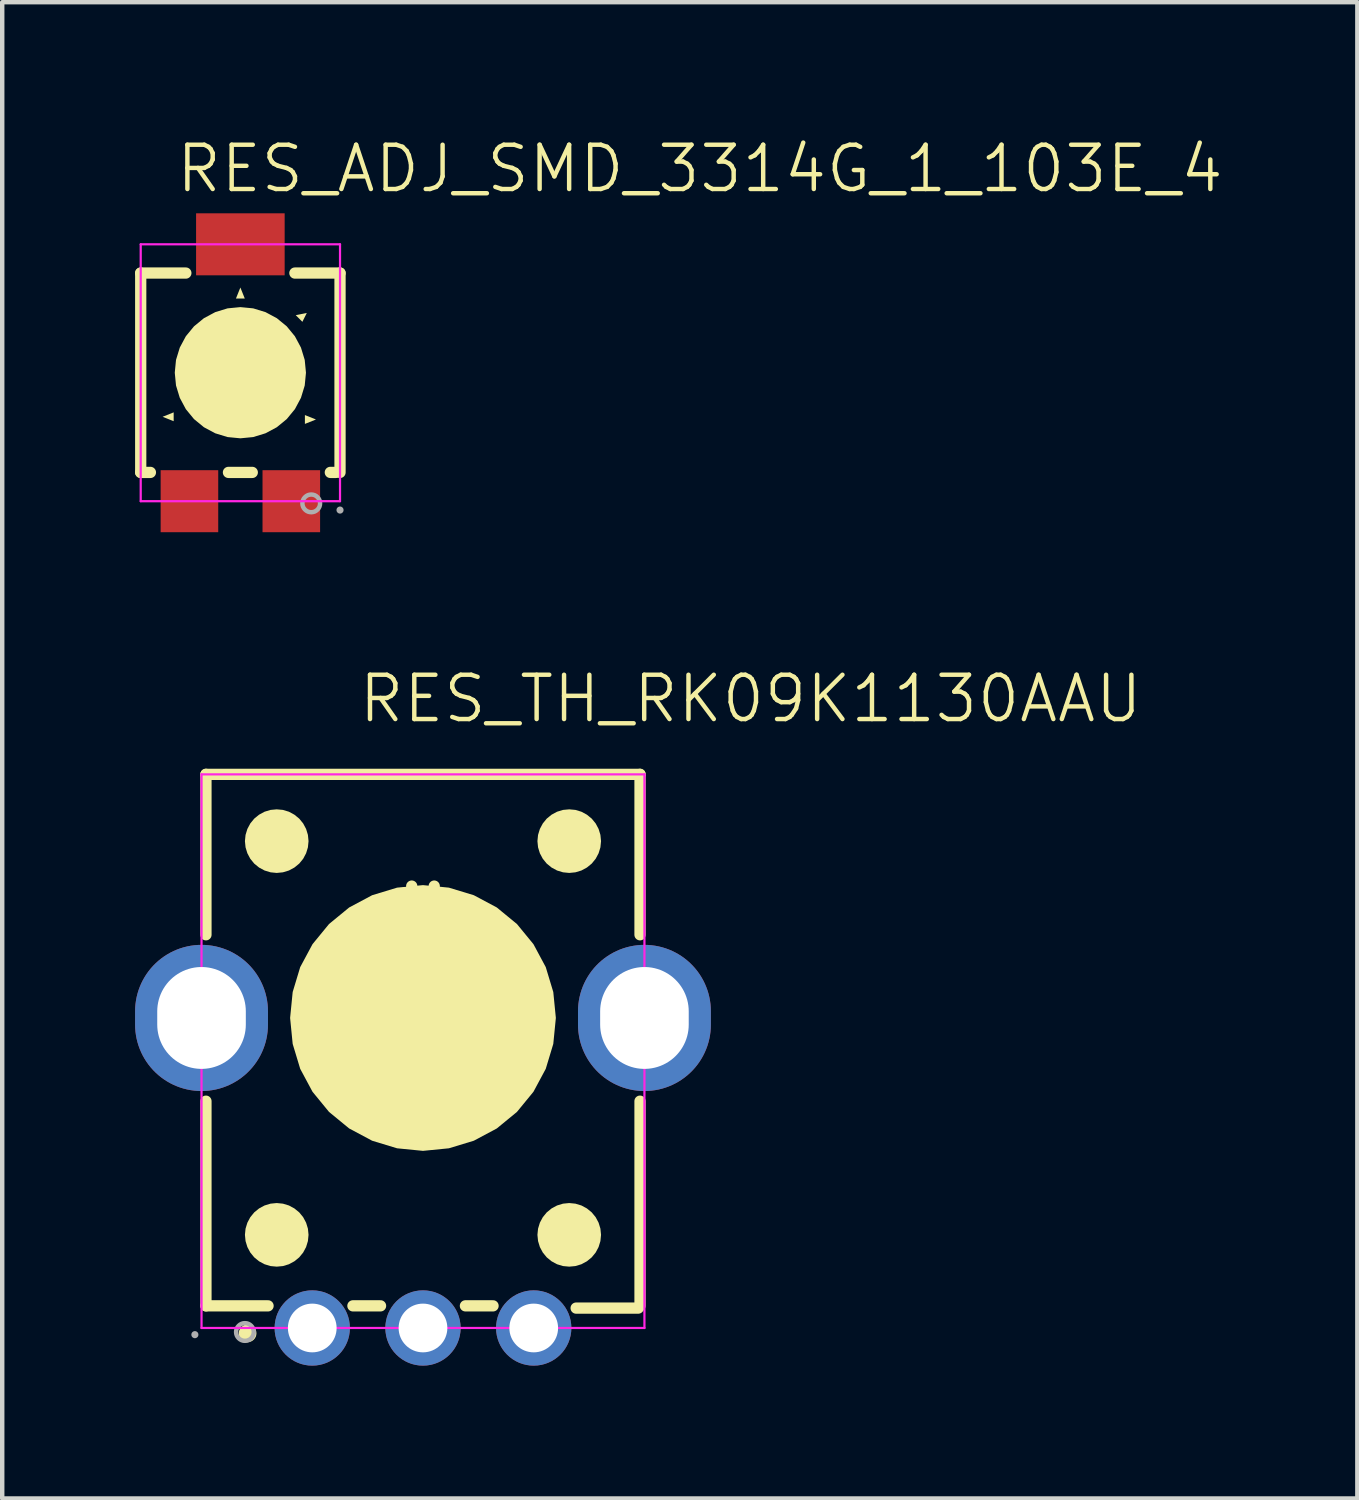
<source format=kicad_pcb>
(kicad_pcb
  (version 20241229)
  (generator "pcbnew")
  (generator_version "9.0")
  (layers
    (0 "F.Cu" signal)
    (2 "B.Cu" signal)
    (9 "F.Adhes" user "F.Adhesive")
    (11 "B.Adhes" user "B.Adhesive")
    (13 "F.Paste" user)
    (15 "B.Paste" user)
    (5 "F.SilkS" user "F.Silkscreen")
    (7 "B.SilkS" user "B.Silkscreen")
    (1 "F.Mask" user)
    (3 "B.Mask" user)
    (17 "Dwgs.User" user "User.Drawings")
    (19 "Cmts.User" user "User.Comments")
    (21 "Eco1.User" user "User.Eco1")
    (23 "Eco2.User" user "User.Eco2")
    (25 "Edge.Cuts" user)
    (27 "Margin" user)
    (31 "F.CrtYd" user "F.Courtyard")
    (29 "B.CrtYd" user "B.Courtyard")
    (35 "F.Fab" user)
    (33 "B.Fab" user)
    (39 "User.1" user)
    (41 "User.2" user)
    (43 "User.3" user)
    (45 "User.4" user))
  (footprint "RES_ADJ_SMD_3314G_1_103E_4"
    (layer "F.Cu")
    (at 2.377 5.366)
    (property "Reference" "RES_ADJ_SMD_3314G_1_103E_4" (at -1.5 -4.606 0) (layer "F.SilkS") (effects (font (size 1 1) (thickness 0.1)) (justify left)))
    (fp_line (start -2.25 -2.251) (end -2.25 2.25) (stroke (width 0.254) (type solid)) (layer "F.SilkS"))
    (fp_line (start -2.25 2.25) (end -2.031 2.25) (stroke (width 0.254) (type solid)) (layer "F.SilkS"))
    (fp_line (start -1.231 -2.251) (end -2.25 -2.251) (stroke (width 0.254) (type solid)) (layer "F.SilkS"))
    (fp_line (start -0.269 2.25) (end 0.269 2.25) (stroke (width 0.254) (type solid)) (layer "F.SilkS"))
    (fp_line (start -0.254 -1.016) (end -0.254 1.016) (stroke (width 0.254) (type solid)) (layer "F.SilkS"))
    (fp_line (start 0.254 -1.016) (end 0.254 1.016) (stroke (width 0.254) (type solid)) (layer "F.SilkS"))
    (fp_line (start 2.031 2.25) (end 2.159 2.25) (stroke (width 0.254) (type solid)) (layer "F.SilkS"))
    (fp_line (start 2.25 -2.251) (end 1.231 -2.251) (stroke (width 0.254) (type solid)) (layer "F.SilkS"))
    (fp_line (start 2.25 -2.251) (end 2.25 2.25) (stroke (width 0.254) (type solid)) (layer "F.SilkS"))
    (fp_poly (pts (xy -1.506 1.094) (xy -1.506 0.894) (xy -1.756 0.994)) (stroke (width 0) (type solid)) (fill yes) (layer "F.SilkS"))
    (fp_poly (pts (xy -0.1 -1.675) (xy 0.1 -1.675) (xy 0 -1.925)) (stroke (width 0) (type solid)) (fill yes) (layer "F.SilkS"))
    (fp_poly (pts (xy 1.25 -1.3) (xy 1.4 -1.15) (xy 1.5 -1.35)) (stroke (width 0) (type solid)) (fill yes) (layer "F.SilkS"))
    (fp_poly (pts (xy 1.457 0.955) (xy 1.457 1.155) (xy 1.707 1.055)) (stroke (width 0) (type solid)) (fill yes) (layer "F.SilkS"))
    (fp_poly (pts (xy -0.508 -0.509) (xy -0.51 -0.534) (xy -0.518 -0.558) (xy -0.529 -0.58) (xy -0.545 -0.599) (xy -0.564 -0.615) (xy -0.586 -0.626) (xy -0.61 -0.634) (xy -0.635 -0.636) (xy -0.66 -0.634) (xy -0.684 -0.626) (xy -0.706 -0.615) (xy -0.725 -0.599) (xy -0.741 -0.58) (xy -0.752 -0.558) (xy -0.76 -0.534) (xy -0.762 -0.509) (xy -0.76 -0.484) (xy -0.752 -0.46) (xy -0.741 -0.438) (xy -0.725 -0.419) (xy -0.706 -0.403) (xy -0.684 -0.392) (xy -0.66 -0.384) (xy -0.635 -0.382) (xy -0.61 -0.384) (xy -0.586 -0.392) (xy -0.564 -0.403) (xy -0.545 -0.419) (xy -0.529 -0.438) (xy -0.518 -0.46) (xy -0.51 -0.484)) (stroke (width 0) (type solid)) (fill yes) (layer "F.SilkS"))
    (fp_poly (pts (xy 0.762 -0.509) (xy 0.76 -0.534) (xy 0.752 -0.558) (xy 0.741 -0.58) (xy 0.725 -0.599) (xy 0.706 -0.615) (xy 0.684 -0.626) (xy 0.66 -0.634) (xy 0.635 -0.636) (xy 0.61 -0.634) (xy 0.586 -0.626) (xy 0.564 -0.615) (xy 0.545 -0.599) (xy 0.529 -0.58) (xy 0.518 -0.558) (xy 0.51 -0.534) (xy 0.508 -0.509) (xy 0.51 -0.484) (xy 0.518 -0.46) (xy 0.529 -0.438) (xy 0.545 -0.419) (xy 0.564 -0.403) (xy 0.586 -0.392) (xy 0.61 -0.384) (xy 0.635 -0.382) (xy 0.66 -0.384) (xy 0.684 -0.392) (xy 0.706 -0.403) (xy 0.725 -0.419) (xy 0.741 -0.438) (xy 0.752 -0.46) (xy 0.76 -0.484)) (stroke (width 0) (type solid)) (fill yes) (layer "F.SilkS"))
    (fp_poly (pts (xy 1.136 -0.001) (xy 1.114 -0.223) (xy 1.05 -0.436) (xy 0.945 -0.632) (xy 0.803 -0.804) (xy 0.631 -0.946) (xy 0.435 -1.051) (xy 0.222 -1.115) (xy 0 -1.137) (xy -0.222 -1.115) (xy -0.435 -1.051) (xy -0.631 -0.946) (xy -0.803 -0.804) (xy -0.945 -0.632) (xy -1.05 -0.436) (xy -1.114 -0.223) (xy -1.136 -0.001) (xy -1.114 0.221) (xy -1.05 0.434) (xy -0.945 0.63) (xy -0.803 0.802) (xy -0.631 0.944) (xy -0.435 1.049) (xy -0.222 1.113) (xy 0 1.135) (xy 0.222 1.113) (xy 0.435 1.049) (xy 0.631 0.944) (xy 0.803 0.802) (xy 0.945 0.63) (xy 1.05 0.434) (xy 1.114 0.221)) (stroke (width 0) (type solid)) (fill yes) (layer "F.SilkS"))
    (fp_poly (pts (xy 1.481 -0.001) (xy 1.453 -0.29) (xy 1.368 -0.568) (xy 1.231 -0.824) (xy 1.047 -1.048) (xy 0.823 -1.232) (xy 0.567 -1.369) (xy 0.289 -1.454) (xy 0 -1.482) (xy -0.289 -1.454) (xy -0.567 -1.369) (xy -0.823 -1.232) (xy -1.047 -1.048) (xy -1.231 -0.824) (xy -1.368 -0.568) (xy -1.453 -0.29) (xy -1.481 -0.001) (xy -1.453 0.288) (xy -1.368 0.566) (xy -1.231 0.822) (xy -1.047 1.046) (xy -0.823 1.23) (xy -0.567 1.367) (xy -0.289 1.452) (xy 0 1.48) (xy 0.289 1.452) (xy 0.567 1.367) (xy 0.823 1.23) (xy 1.047 1.046) (xy 1.231 0.822) (xy 1.368 0.566) (xy 1.453 0.288)) (stroke (width 0) (type solid)) (fill yes) (layer "F.SilkS"))
    (fp_line (start -2.25 -2.9) (end -2.25 2.9) (stroke (width 0.05) (type solid)) (layer "F.CrtYd"))
    (fp_line (start -2.25 2.9) (end 2.25 2.9) (stroke (width 0.05) (type solid)) (layer "F.CrtYd"))
    (fp_line (start 2.25 -2.9) (end -2.25 -2.9) (stroke (width 0.05) (type solid)) (layer "F.CrtYd"))
    (fp_line (start 2.25 2.9) (end 2.25 -2.9) (stroke (width 0.05) (type solid)) (layer "F.CrtYd"))
    (fp_poly (pts (xy 1.8 2.949) (xy 1.796 2.91) (xy 1.785 2.872) (xy 1.766 2.838) (xy 1.741 2.808) (xy 1.711 2.783) (xy 1.677 2.764) (xy 1.639 2.753) (xy 1.6 2.749) (xy 1.561 2.753) (xy 1.523 2.764) (xy 1.489 2.783) (xy 1.459 2.808) (xy 1.434 2.838) (xy 1.415 2.872) (xy 1.404 2.91) (xy 1.4 2.949) (xy 1.404 2.988) (xy 1.415 3.026) (xy 1.434 3.06) (xy 1.459 3.09) (xy 1.489 3.115) (xy 1.523 3.134) (xy 1.561 3.145) (xy 1.6 3.149) (xy 1.639 3.145) (xy 1.677 3.134) (xy 1.711 3.115) (xy 1.741 3.09) (xy 1.766 3.06) (xy 1.785 3.026) (xy 1.796 2.988)) (stroke (width 0.1) (type solid)) (fill no) (layer "F.Fab"))
    (fp_poly (pts (xy 2.28 3.1) (xy 2.279 3.094) (xy 2.278 3.089) (xy 2.275 3.083) (xy 2.271 3.079) (xy 2.267 3.075) (xy 2.261 3.072) (xy 2.256 3.071) (xy 2.25 3.07) (xy 2.244 3.071) (xy 2.239 3.072) (xy 2.233 3.075) (xy 2.229 3.079) (xy 2.225 3.083) (xy 2.222 3.089) (xy 2.221 3.094) (xy 2.22 3.1) (xy 2.221 3.106) (xy 2.222 3.111) (xy 2.225 3.117) (xy 2.229 3.121) (xy 2.233 3.125) (xy 2.239 3.128) (xy 2.244 3.129) (xy 2.25 3.13) (xy 2.256 3.129) (xy 2.261 3.128) (xy 2.267 3.125) (xy 2.271 3.121) (xy 2.275 3.117) (xy 2.278 3.111) (xy 2.279 3.106)) (stroke (width 0.1) (type solid)) (fill no) (layer "F.Fab"))
    (pad "1" smd rect (at 1.15 2.9) (size 1.3 1.4) (layers "F.Cu" "F.Mask" "F.Paste"))
    (pad "2" smd rect (at 0 -2.9) (size 2 1.4) (layers "F.Cu" "F.Mask" "F.Paste"))
    (pad "3" smd rect (at -1.15 2.9) (size 1.3 1.4) (layers "F.Cu" "F.Mask" "F.Paste")))
  (footprint "RES_TH_RK09K1130AAU"
    (layer "F.Cu")
    (at 6.5 20.683)
    (property "Reference" "RES_TH_RK09K1130AAU" (at -1.5 -7.956 0) (layer "F.SilkS") (effects (font (size 1 1) (thickness 0.1)) (justify left)))
    (fp_line (start -4.9 -6.25) (end 4.9 -6.25) (stroke (width 0.254) (type solid)) (layer "F.SilkS"))
    (fp_line (start -4.9 -6.25) (end -4.9 -2.628) (stroke (width 0.254) (type solid)) (layer "F.SilkS"))
    (fp_line (start -4.9 1.129) (end -4.9 5.75) (stroke (width 0.254) (type solid)) (layer "F.SilkS"))
    (fp_line (start -4.9 5.75) (end -3.498 5.75) (stroke (width 0.254) (type solid)) (layer "F.SilkS"))
    (fp_line (start -1.582 5.75) (end -0.958 5.75) (stroke (width 0.254) (type solid)) (layer "F.SilkS"))
    (fp_line (start -0.254 -3.727) (end -0.254 -2.203) (stroke (width 0.254) (type solid)) (layer "F.SilkS"))
    (fp_line (start -0.254 -2.203) (end 0.254 -2.203) (stroke (width 0.254) (type solid)) (layer "F.SilkS"))
    (fp_line (start 0.254 -2.203) (end 0.254 -3.727) (stroke (width 0.254) (type solid)) (layer "F.SilkS"))
    (fp_line (start 0.958 5.75) (end 1.582 5.75) (stroke (width 0.254) (type solid)) (layer "F.SilkS"))
    (fp_line (start 4.86 5.801) (end 3.458 5.801) (stroke (width 0.254) (type solid)) (layer "F.SilkS"))
    (fp_line (start 4.9 -6.25) (end 4.9 -2.628) (stroke (width 0.254) (type solid)) (layer "F.SilkS"))
    (fp_line (start 4.9 1.129) (end 4.9 5.75) (stroke (width 0.254) (type solid)) (layer "F.SilkS"))
    (fp_poly (pts (xy -3.76 6.37) (xy -3.764 6.331) (xy -3.775 6.294) (xy -3.794 6.259) (xy -3.819 6.229) (xy -3.849 6.204) (xy -3.883 6.186) (xy -3.921 6.174) (xy -3.96 6.17) (xy -3.999 6.174) (xy -4.037 6.186) (xy -4.071 6.204) (xy -4.101 6.229) (xy -4.126 6.259) (xy -4.145 6.294) (xy -4.156 6.331) (xy -4.16 6.37) (xy -4.156 6.41) (xy -4.145 6.447) (xy -4.126 6.482) (xy -4.101 6.512) (xy -4.071 6.537) (xy -4.037 6.555) (xy -3.999 6.567) (xy -3.96 6.571) (xy -3.921 6.567) (xy -3.883 6.555) (xy -3.849 6.537) (xy -3.819 6.512) (xy -3.794 6.482) (xy -3.775 6.447) (xy -3.764 6.41)) (stroke (width 0) (type solid)) (fill yes) (layer "F.SilkS"))
    (fp_poly (pts (xy -2.584 -4.742) (xy -2.598 -4.883) (xy -2.639 -5.017) (xy -2.705 -5.141) (xy -2.794 -5.25) (xy -2.903 -5.339) (xy -3.027 -5.406) (xy -3.162 -5.447) (xy -3.302 -5.46) (xy -3.442 -5.447) (xy -3.577 -5.406) (xy -3.701 -5.339) (xy -3.81 -5.25) (xy -3.899 -5.141) (xy -3.965 -5.017) (xy -4.006 -4.883) (xy -4.02 -4.742) (xy -4.006 -4.602) (xy -3.965 -4.468) (xy -3.899 -4.344) (xy -3.81 -4.235) (xy -3.701 -4.146) (xy -3.577 -4.079) (xy -3.442 -4.038) (xy -3.302 -4.024) (xy -3.162 -4.038) (xy -3.027 -4.079) (xy -2.903 -4.146) (xy -2.794 -4.235) (xy -2.705 -4.344) (xy -2.639 -4.468) (xy -2.598 -4.602)) (stroke (width 0) (type solid)) (fill yes) (layer "F.SilkS"))
    (fp_poly (pts (xy -2.584 4.147) (xy -2.598 4.007) (xy -2.639 3.873) (xy -2.705 3.749) (xy -2.794 3.64) (xy -2.903 3.551) (xy -3.027 3.484) (xy -3.162 3.443) (xy -3.302 3.429) (xy -3.442 3.443) (xy -3.577 3.484) (xy -3.701 3.551) (xy -3.81 3.64) (xy -3.899 3.749) (xy -3.965 3.873) (xy -4.006 4.007) (xy -4.02 4.147) (xy -4.006 4.288) (xy -3.965 4.422) (xy -3.899 4.546) (xy -3.81 4.655) (xy -3.701 4.744) (xy -3.577 4.811) (xy -3.442 4.852) (xy -3.302 4.865) (xy -3.162 4.852) (xy -3.027 4.811) (xy -2.903 4.744) (xy -2.794 4.655) (xy -2.705 4.546) (xy -2.639 4.422) (xy -2.598 4.288)) (stroke (width 0) (type solid)) (fill yes) (layer "F.SilkS"))
    (fp_poly (pts (xy 3 -0.75) (xy 2.942 -1.335) (xy 2.772 -1.898) (xy 2.494 -2.416) (xy 2.121 -2.871) (xy 1.667 -3.244) (xy 1.148 -3.521) (xy 0.585 -3.692) (xy 0 -3.749) (xy -0.585 -3.692) (xy -1.148 -3.521) (xy -1.667 -3.244) (xy -2.121 -2.871) (xy -2.494 -2.416) (xy -2.772 -1.898) (xy -2.942 -1.335) (xy -3 -0.75) (xy -2.942 -0.164) (xy -2.772 0.399) (xy -2.494 0.917) (xy -2.121 1.372) (xy -1.667 1.745) (xy -1.148 2.022) (xy -0.585 2.193) (xy 0 2.251) (xy 0.585 2.193) (xy 1.148 2.022) (xy 1.667 1.745) (xy 2.121 1.372) (xy 2.494 0.917) (xy 2.772 0.399) (xy 2.942 -0.164)) (stroke (width 0) (type solid)) (fill yes) (layer "F.SilkS"))
    (fp_poly (pts (xy 4.02 -4.742) (xy 4.006 -4.883) (xy 3.965 -5.017) (xy 3.899 -5.141) (xy 3.81 -5.25) (xy 3.701 -5.339) (xy 3.577 -5.406) (xy 3.442 -5.447) (xy 3.302 -5.46) (xy 3.162 -5.447) (xy 3.027 -5.406) (xy 2.903 -5.339) (xy 2.794 -5.25) (xy 2.705 -5.141) (xy 2.639 -5.017) (xy 2.598 -4.883) (xy 2.584 -4.742) (xy 2.598 -4.602) (xy 2.639 -4.468) (xy 2.705 -4.344) (xy 2.794 -4.235) (xy 2.903 -4.146) (xy 3.027 -4.079) (xy 3.162 -4.038) (xy 3.302 -4.024) (xy 3.442 -4.038) (xy 3.577 -4.079) (xy 3.701 -4.146) (xy 3.81 -4.235) (xy 3.899 -4.344) (xy 3.965 -4.468) (xy 4.006 -4.602)) (stroke (width 0) (type solid)) (fill yes) (layer "F.SilkS"))
    (fp_poly (pts (xy 4.02 4.147) (xy 4.006 4.007) (xy 3.965 3.873) (xy 3.899 3.749) (xy 3.81 3.64) (xy 3.701 3.551) (xy 3.577 3.484) (xy 3.442 3.443) (xy 3.302 3.429) (xy 3.162 3.443) (xy 3.027 3.484) (xy 2.903 3.551) (xy 2.794 3.64) (xy 2.705 3.749) (xy 2.639 3.873) (xy 2.598 4.007) (xy 2.584 4.147) (xy 2.598 4.288) (xy 2.639 4.422) (xy 2.705 4.546) (xy 2.794 4.655) (xy 2.903 4.744) (xy 3.027 4.811) (xy 3.162 4.852) (xy 3.302 4.865) (xy 3.442 4.852) (xy 3.577 4.811) (xy 3.701 4.744) (xy 3.81 4.655) (xy 3.899 4.546) (xy 3.965 4.422) (xy 4.006 4.288)) (stroke (width 0) (type solid)) (fill yes) (layer "F.SilkS"))
    (fp_line (start -5 -6.25) (end -5 6.25) (stroke (width 0.05) (type solid)) (layer "F.CrtYd"))
    (fp_line (start -5 6.25) (end 5 6.25) (stroke (width 0.05) (type solid)) (layer "F.CrtYd"))
    (fp_line (start 5 -6.25) (end -5 -6.25) (stroke (width 0.05) (type solid)) (layer "F.CrtYd"))
    (fp_line (start 5 6.25) (end 5 -6.25) (stroke (width 0.05) (type solid)) (layer "F.CrtYd"))
    (fp_poly (pts (xy -5.12 6.401) (xy -5.121 6.395) (xy -5.122 6.389) (xy -5.125 6.384) (xy -5.129 6.379) (xy -5.133 6.376) (xy -5.139 6.373) (xy -5.144 6.371) (xy -5.15 6.37) (xy -5.156 6.371) (xy -5.161 6.373) (xy -5.167 6.376) (xy -5.171 6.379) (xy -5.175 6.384) (xy -5.178 6.389) (xy -5.179 6.395) (xy -5.18 6.401) (xy -5.179 6.406) (xy -5.178 6.412) (xy -5.175 6.417) (xy -5.171 6.422) (xy -5.167 6.425) (xy -5.161 6.428) (xy -5.156 6.43) (xy -5.15 6.431) (xy -5.144 6.43) (xy -5.139 6.428) (xy -5.133 6.425) (xy -5.129 6.422) (xy -5.125 6.417) (xy -5.122 6.412) (xy -5.121 6.406)) (stroke (width 0.1) (type solid)) (fill no) (layer "F.Fab"))
    (fp_poly (pts (xy -3.82 6.34) (xy -3.824 6.301) (xy -3.835 6.264) (xy -3.854 6.229) (xy -3.879 6.199) (xy -3.909 6.174) (xy -3.943 6.156) (xy -3.981 6.144) (xy -4.02 6.141) (xy -4.059 6.144) (xy -4.097 6.156) (xy -4.131 6.174) (xy -4.161 6.199) (xy -4.186 6.229) (xy -4.205 6.264) (xy -4.216 6.301) (xy -4.22 6.34) (xy -4.216 6.38) (xy -4.205 6.417) (xy -4.186 6.452) (xy -4.161 6.482) (xy -4.131 6.507) (xy -4.097 6.525) (xy -4.059 6.537) (xy -4.02 6.54) (xy -3.981 6.537) (xy -3.943 6.525) (xy -3.909 6.507) (xy -3.879 6.482) (xy -3.854 6.452) (xy -3.835 6.417) (xy -3.824 6.38)) (stroke (width 0.1) (type solid)) (fill no) (layer "F.Fab"))
    (pad "1" thru_hole circle (at -2.5 6.25) (size 1.7 1.7) (drill 1.1) (layers "*.Cu" "*.Mask"))
    (pad "2" thru_hole circle (at 0 6.25) (size 1.7 1.7) (drill 1.1) (layers "*.Cu" "*.Mask"))
    (pad "3" thru_hole circle (at 2.5 6.25) (size 1.7 1.7) (drill 1.1) (layers "*.Cu" "*.Mask"))
    (pad "4" thru_hole oval (at 5 -0.75) (size 3 3.3) (drill oval 2 2.3) (layers "*.Cu" "*.Mask"))
    (pad "5" thru_hole oval (at -5 -0.75) (size 3 3.3) (drill oval 2 2.3) (layers "*.Cu" "*.Mask")))
  (gr_rect
    (start -3 -3)
    (end 27.596 30.783)
    (stroke (width 0.1) (type default))
    (fill no)
    (layer "Edge.Cuts")))
</source>
